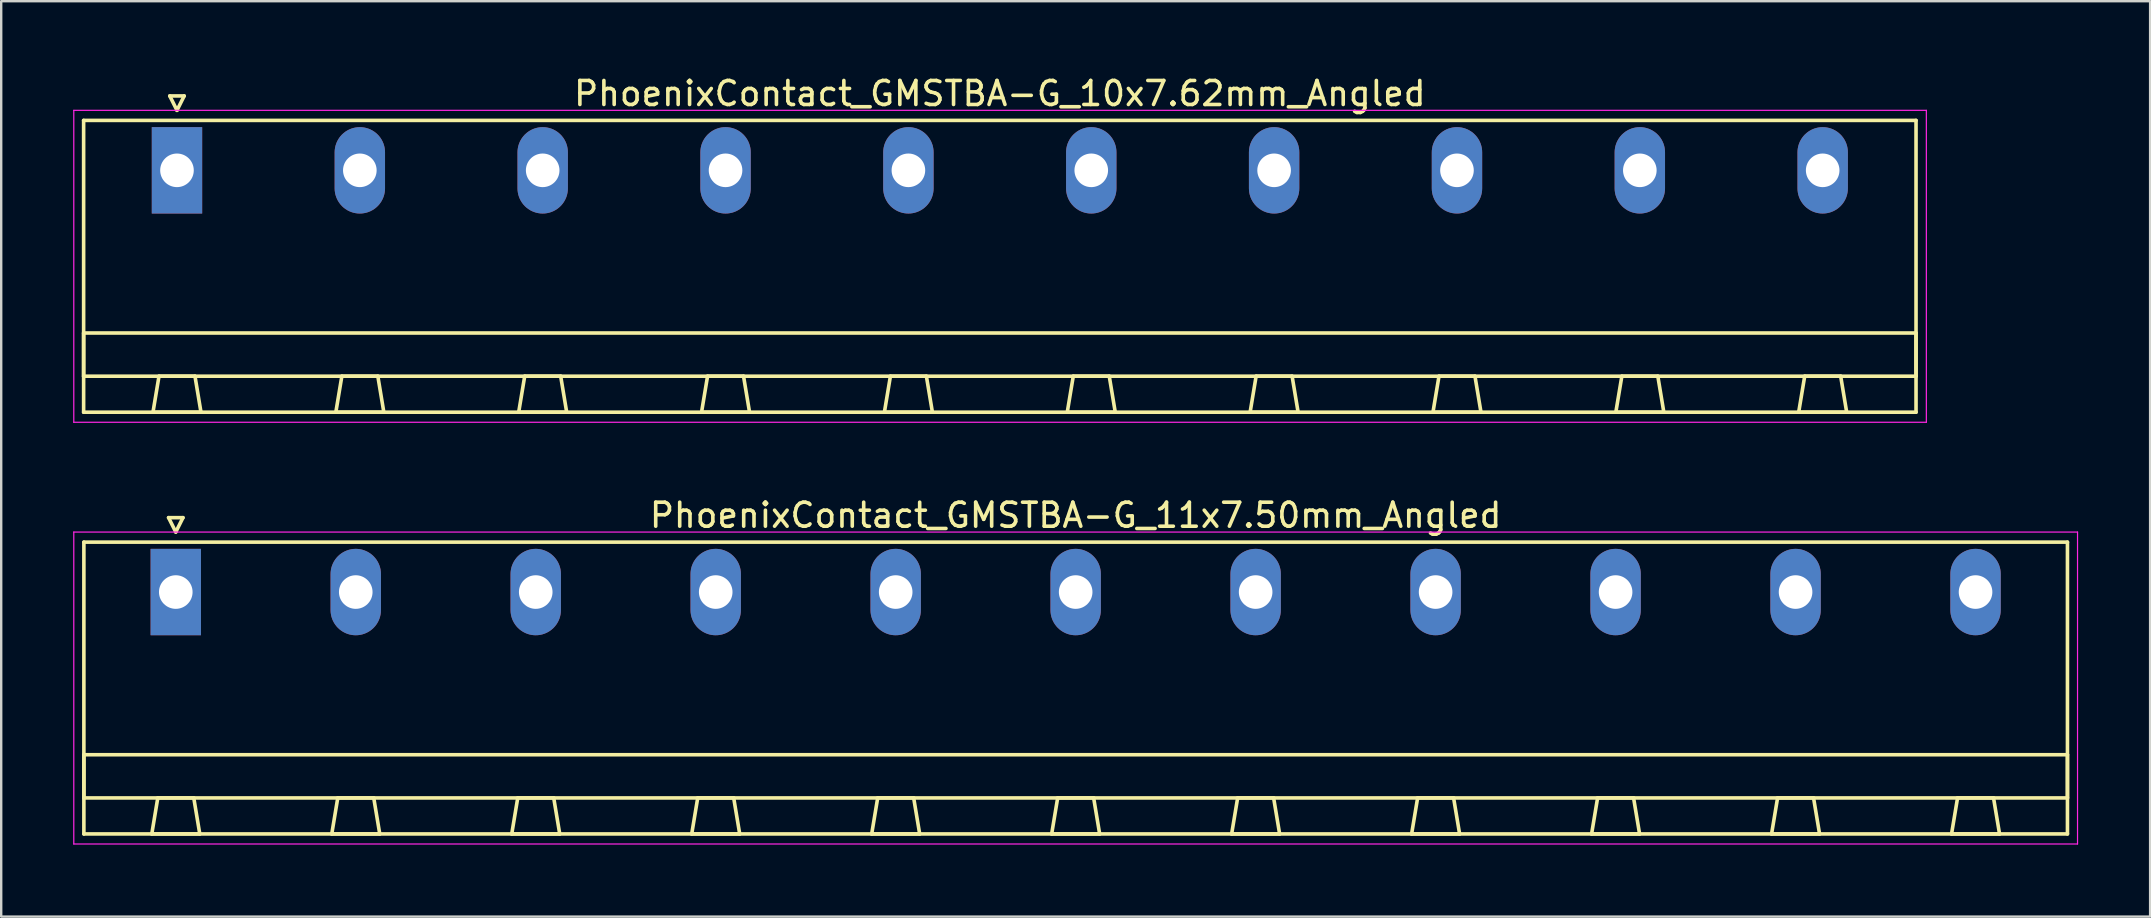
<source format=kicad_pcb>
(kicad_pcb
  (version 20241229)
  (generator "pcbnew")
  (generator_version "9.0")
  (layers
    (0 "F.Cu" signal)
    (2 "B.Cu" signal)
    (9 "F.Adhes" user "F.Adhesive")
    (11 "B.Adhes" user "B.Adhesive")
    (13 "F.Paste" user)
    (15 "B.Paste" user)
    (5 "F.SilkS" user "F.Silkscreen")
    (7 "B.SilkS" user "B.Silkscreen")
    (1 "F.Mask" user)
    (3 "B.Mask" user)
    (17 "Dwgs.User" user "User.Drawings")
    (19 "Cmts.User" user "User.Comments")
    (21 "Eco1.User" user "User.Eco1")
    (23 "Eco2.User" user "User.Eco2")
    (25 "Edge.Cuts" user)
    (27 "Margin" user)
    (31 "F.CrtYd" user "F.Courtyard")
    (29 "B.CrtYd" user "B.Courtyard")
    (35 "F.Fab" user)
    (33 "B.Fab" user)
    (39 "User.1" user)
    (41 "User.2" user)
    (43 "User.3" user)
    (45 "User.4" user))
  (footprint "PhoenixContact_GMSTBA-G_11x7.50mm_Angled"
    (layer "F.Cu")
    (at 4.275 21.622)
    (property "Reference" "PhoenixContact_GMSTBA-G_11x7.50mm_Angled" (at 37.5 -3.2 0) (layer "F.SilkS") (effects (font (size 1 1) (thickness 0.15))))
    (attr through_hole)
    (fp_line (start -3.83 -2.08) (end -3.83 10.08) (stroke (width 0.15) (type solid)) (layer "F.SilkS"))
    (fp_line (start -3.83 6.78) (end 78.83 6.78) (stroke (width 0.15) (type solid)) (layer "F.SilkS"))
    (fp_line (start -3.83 8.58) (end -3.83 6.78) (stroke (width 0.15) (type solid)) (layer "F.SilkS"))
    (fp_line (start -3.83 10.08) (end 78.83 10.08) (stroke (width 0.15) (type solid)) (layer "F.SilkS"))
    (fp_line (start -1 10.08) (end 1 10.08) (stroke (width 0.15) (type solid)) (layer "F.SilkS"))
    (fp_line (start -0.75 8.58) (end -1 10.08) (stroke (width 0.15) (type solid)) (layer "F.SilkS"))
    (fp_line (start -0.3 -3.1) (end 0 -2.5) (stroke (width 0.15) (type solid)) (layer "F.SilkS"))
    (fp_line (start 0 -2.5) (end 0.3 -3.1) (stroke (width 0.15) (type solid)) (layer "F.SilkS"))
    (fp_line (start 0.3 -3.1) (end -0.3 -3.1) (stroke (width 0.15) (type solid)) (layer "F.SilkS"))
    (fp_line (start 0.75 8.58) (end -0.75 8.58) (stroke (width 0.15) (type solid)) (layer "F.SilkS"))
    (fp_line (start 1 10.08) (end 0.75 8.58) (stroke (width 0.15) (type solid)) (layer "F.SilkS"))
    (fp_line (start 6.5 10.08) (end 8.5 10.08) (stroke (width 0.15) (type solid)) (layer "F.SilkS"))
    (fp_line (start 6.75 8.58) (end 6.5 10.08) (stroke (width 0.15) (type solid)) (layer "F.SilkS"))
    (fp_line (start 8.25 8.58) (end 6.75 8.58) (stroke (width 0.15) (type solid)) (layer "F.SilkS"))
    (fp_line (start 8.5 10.08) (end 8.25 8.58) (stroke (width 0.15) (type solid)) (layer "F.SilkS"))
    (fp_line (start 14 10.08) (end 16 10.08) (stroke (width 0.15) (type solid)) (layer "F.SilkS"))
    (fp_line (start 14.25 8.58) (end 14 10.08) (stroke (width 0.15) (type solid)) (layer "F.SilkS"))
    (fp_line (start 15.75 8.58) (end 14.25 8.58) (stroke (width 0.15) (type solid)) (layer "F.SilkS"))
    (fp_line (start 16 10.08) (end 15.75 8.58) (stroke (width 0.15) (type solid)) (layer "F.SilkS"))
    (fp_line (start 21.5 10.08) (end 23.5 10.08) (stroke (width 0.15) (type solid)) (layer "F.SilkS"))
    (fp_line (start 21.75 8.58) (end 21.5 10.08) (stroke (width 0.15) (type solid)) (layer "F.SilkS"))
    (fp_line (start 23.25 8.58) (end 21.75 8.58) (stroke (width 0.15) (type solid)) (layer "F.SilkS"))
    (fp_line (start 23.5 10.08) (end 23.25 8.58) (stroke (width 0.15) (type solid)) (layer "F.SilkS"))
    (fp_line (start 29 10.08) (end 31 10.08) (stroke (width 0.15) (type solid)) (layer "F.SilkS"))
    (fp_line (start 29.25 8.58) (end 29 10.08) (stroke (width 0.15) (type solid)) (layer "F.SilkS"))
    (fp_line (start 30.75 8.58) (end 29.25 8.58) (stroke (width 0.15) (type solid)) (layer "F.SilkS"))
    (fp_line (start 31 10.08) (end 30.75 8.58) (stroke (width 0.15) (type solid)) (layer "F.SilkS"))
    (fp_line (start 36.5 10.08) (end 38.5 10.08) (stroke (width 0.15) (type solid)) (layer "F.SilkS"))
    (fp_line (start 36.75 8.58) (end 36.5 10.08) (stroke (width 0.15) (type solid)) (layer "F.SilkS"))
    (fp_line (start 38.25 8.58) (end 36.75 8.58) (stroke (width 0.15) (type solid)) (layer "F.SilkS"))
    (fp_line (start 38.5 10.08) (end 38.25 8.58) (stroke (width 0.15) (type solid)) (layer "F.SilkS"))
    (fp_line (start 44 10.08) (end 46 10.08) (stroke (width 0.15) (type solid)) (layer "F.SilkS"))
    (fp_line (start 44.25 8.58) (end 44 10.08) (stroke (width 0.15) (type solid)) (layer "F.SilkS"))
    (fp_line (start 45.75 8.58) (end 44.25 8.58) (stroke (width 0.15) (type solid)) (layer "F.SilkS"))
    (fp_line (start 46 10.08) (end 45.75 8.58) (stroke (width 0.15) (type solid)) (layer "F.SilkS"))
    (fp_line (start 51.5 10.08) (end 53.5 10.08) (stroke (width 0.15) (type solid)) (layer "F.SilkS"))
    (fp_line (start 51.75 8.58) (end 51.5 10.08) (stroke (width 0.15) (type solid)) (layer "F.SilkS"))
    (fp_line (start 53.25 8.58) (end 51.75 8.58) (stroke (width 0.15) (type solid)) (layer "F.SilkS"))
    (fp_line (start 53.5 10.08) (end 53.25 8.58) (stroke (width 0.15) (type solid)) (layer "F.SilkS"))
    (fp_line (start 59 10.08) (end 61 10.08) (stroke (width 0.15) (type solid)) (layer "F.SilkS"))
    (fp_line (start 59.25 8.58) (end 59 10.08) (stroke (width 0.15) (type solid)) (layer "F.SilkS"))
    (fp_line (start 60.75 8.58) (end 59.25 8.58) (stroke (width 0.15) (type solid)) (layer "F.SilkS"))
    (fp_line (start 61 10.08) (end 60.75 8.58) (stroke (width 0.15) (type solid)) (layer "F.SilkS"))
    (fp_line (start 66.5 10.08) (end 68.5 10.08) (stroke (width 0.15) (type solid)) (layer "F.SilkS"))
    (fp_line (start 66.75 8.58) (end 66.5 10.08) (stroke (width 0.15) (type solid)) (layer "F.SilkS"))
    (fp_line (start 68.25 8.58) (end 66.75 8.58) (stroke (width 0.15) (type solid)) (layer "F.SilkS"))
    (fp_line (start 68.5 10.08) (end 68.25 8.58) (stroke (width 0.15) (type solid)) (layer "F.SilkS"))
    (fp_line (start 74 10.08) (end 76 10.08) (stroke (width 0.15) (type solid)) (layer "F.SilkS"))
    (fp_line (start 74.25 8.58) (end 74 10.08) (stroke (width 0.15) (type solid)) (layer "F.SilkS"))
    (fp_line (start 75.75 8.58) (end 74.25 8.58) (stroke (width 0.15) (type solid)) (layer "F.SilkS"))
    (fp_line (start 76 10.08) (end 75.75 8.58) (stroke (width 0.15) (type solid)) (layer "F.SilkS"))
    (fp_line (start 78.83 -2.08) (end -3.83 -2.08) (stroke (width 0.15) (type solid)) (layer "F.SilkS"))
    (fp_line (start 78.83 6.78) (end 78.83 8.58) (stroke (width 0.15) (type solid)) (layer "F.SilkS"))
    (fp_line (start 78.83 8.58) (end -3.83 8.58) (stroke (width 0.15) (type solid)) (layer "F.SilkS"))
    (fp_line (start 78.83 10.08) (end 78.83 -2.08) (stroke (width 0.15) (type solid)) (layer "F.SilkS"))
    (fp_line (start -4.25 -2.5) (end -4.25 10.5) (stroke (width 0.05) (type solid)) (layer "F.CrtYd"))
    (fp_line (start -4.25 10.5) (end 79.25 10.5) (stroke (width 0.05) (type solid)) (layer "F.CrtYd"))
    (fp_line (start 79.25 -2.5) (end -4.25 -2.5) (stroke (width 0.05) (type solid)) (layer "F.CrtYd"))
    (fp_line (start 79.25 10.5) (end 79.25 -2.5) (stroke (width 0.05) (type solid)) (layer "F.CrtYd"))
    (pad "1" thru_hole rect (at 0 0) (size 2.1 3.6) (drill 1.4) (layers "*.Cu" "*.Mask"))
    (pad "2" thru_hole oval (at 7.5 0) (size 2.1 3.6) (drill 1.4) (layers "*.Cu" "*.Mask"))
    (pad "3" thru_hole oval (at 15 0) (size 2.1 3.6) (drill 1.4) (layers "*.Cu" "*.Mask"))
    (pad "4" thru_hole oval (at 22.5 0) (size 2.1 3.6) (drill 1.4) (layers "*.Cu" "*.Mask"))
    (pad "5" thru_hole oval (at 30 0) (size 2.1 3.6) (drill 1.4) (layers "*.Cu" "*.Mask"))
    (pad "6" thru_hole oval (at 37.5 0) (size 2.1 3.6) (drill 1.4) (layers "*.Cu" "*.Mask"))
    (pad "7" thru_hole oval (at 45 0) (size 2.1 3.6) (drill 1.4) (layers "*.Cu" "*.Mask"))
    (pad "8" thru_hole oval (at 52.5 0) (size 2.1 3.6) (drill 1.4) (layers "*.Cu" "*.Mask"))
    (pad "9" thru_hole oval (at 60 0) (size 2.1 3.6) (drill 1.4) (layers "*.Cu" "*.Mask"))
    (pad "10" thru_hole oval (at 67.5 0) (size 2.1 3.6) (drill 1.4) (layers "*.Cu" "*.Mask"))
    (pad "11" thru_hole oval (at 75 0) (size 2.1 3.6) (drill 1.4) (layers "*.Cu" "*.Mask")))
  (footprint "PhoenixContact_GMSTBA-G_10x7.62mm_Angled"
    (layer "F.Cu")
    (at 4.325 4.048)
    (property "Reference" "PhoenixContact_GMSTBA-G_10x7.62mm_Angled" (at 34.29 -3.2 0) (layer "F.SilkS") (effects (font (size 1 1) (thickness 0.15))))
    (attr through_hole)
    (fp_line (start -3.89 -2.08) (end -3.89 10.08) (stroke (width 0.15) (type solid)) (layer "F.SilkS"))
    (fp_line (start -3.89 6.78) (end 72.47 6.78) (stroke (width 0.15) (type solid)) (layer "F.SilkS"))
    (fp_line (start -3.89 8.58) (end -3.89 6.78) (stroke (width 0.15) (type solid)) (layer "F.SilkS"))
    (fp_line (start -3.89 10.08) (end 72.47 10.08) (stroke (width 0.15) (type solid)) (layer "F.SilkS"))
    (fp_line (start -1 10.08) (end 1 10.08) (stroke (width 0.15) (type solid)) (layer "F.SilkS"))
    (fp_line (start -0.75 8.58) (end -1 10.08) (stroke (width 0.15) (type solid)) (layer "F.SilkS"))
    (fp_line (start -0.3 -3.1) (end 0 -2.5) (stroke (width 0.15) (type solid)) (layer "F.SilkS"))
    (fp_line (start 0 -2.5) (end 0.3 -3.1) (stroke (width 0.15) (type solid)) (layer "F.SilkS"))
    (fp_line (start 0.3 -3.1) (end -0.3 -3.1) (stroke (width 0.15) (type solid)) (layer "F.SilkS"))
    (fp_line (start 0.75 8.58) (end -0.75 8.58) (stroke (width 0.15) (type solid)) (layer "F.SilkS"))
    (fp_line (start 1 10.08) (end 0.75 8.58) (stroke (width 0.15) (type solid)) (layer "F.SilkS"))
    (fp_line (start 6.62 10.08) (end 8.62 10.08) (stroke (width 0.15) (type solid)) (layer "F.SilkS"))
    (fp_line (start 6.87 8.58) (end 6.62 10.08) (stroke (width 0.15) (type solid)) (layer "F.SilkS"))
    (fp_line (start 8.37 8.58) (end 6.87 8.58) (stroke (width 0.15) (type solid)) (layer "F.SilkS"))
    (fp_line (start 8.62 10.08) (end 8.37 8.58) (stroke (width 0.15) (type solid)) (layer "F.SilkS"))
    (fp_line (start 14.24 10.08) (end 16.24 10.08) (stroke (width 0.15) (type solid)) (layer "F.SilkS"))
    (fp_line (start 14.49 8.58) (end 14.24 10.08) (stroke (width 0.15) (type solid)) (layer "F.SilkS"))
    (fp_line (start 15.99 8.58) (end 14.49 8.58) (stroke (width 0.15) (type solid)) (layer "F.SilkS"))
    (fp_line (start 16.24 10.08) (end 15.99 8.58) (stroke (width 0.15) (type solid)) (layer "F.SilkS"))
    (fp_line (start 21.86 10.08) (end 23.86 10.08) (stroke (width 0.15) (type solid)) (layer "F.SilkS"))
    (fp_line (start 22.11 8.58) (end 21.86 10.08) (stroke (width 0.15) (type solid)) (layer "F.SilkS"))
    (fp_line (start 23.61 8.58) (end 22.11 8.58) (stroke (width 0.15) (type solid)) (layer "F.SilkS"))
    (fp_line (start 23.86 10.08) (end 23.61 8.58) (stroke (width 0.15) (type solid)) (layer "F.SilkS"))
    (fp_line (start 29.48 10.08) (end 31.48 10.08) (stroke (width 0.15) (type solid)) (layer "F.SilkS"))
    (fp_line (start 29.73 8.58) (end 29.48 10.08) (stroke (width 0.15) (type solid)) (layer "F.SilkS"))
    (fp_line (start 31.23 8.58) (end 29.73 8.58) (stroke (width 0.15) (type solid)) (layer "F.SilkS"))
    (fp_line (start 31.48 10.08) (end 31.23 8.58) (stroke (width 0.15) (type solid)) (layer "F.SilkS"))
    (fp_line (start 37.1 10.08) (end 39.1 10.08) (stroke (width 0.15) (type solid)) (layer "F.SilkS"))
    (fp_line (start 37.35 8.58) (end 37.1 10.08) (stroke (width 0.15) (type solid)) (layer "F.SilkS"))
    (fp_line (start 38.85 8.58) (end 37.35 8.58) (stroke (width 0.15) (type solid)) (layer "F.SilkS"))
    (fp_line (start 39.1 10.08) (end 38.85 8.58) (stroke (width 0.15) (type solid)) (layer "F.SilkS"))
    (fp_line (start 44.72 10.08) (end 46.72 10.08) (stroke (width 0.15) (type solid)) (layer "F.SilkS"))
    (fp_line (start 44.97 8.58) (end 44.72 10.08) (stroke (width 0.15) (type solid)) (layer "F.SilkS"))
    (fp_line (start 46.47 8.58) (end 44.97 8.58) (stroke (width 0.15) (type solid)) (layer "F.SilkS"))
    (fp_line (start 46.72 10.08) (end 46.47 8.58) (stroke (width 0.15) (type solid)) (layer "F.SilkS"))
    (fp_line (start 52.34 10.08) (end 54.34 10.08) (stroke (width 0.15) (type solid)) (layer "F.SilkS"))
    (fp_line (start 52.59 8.58) (end 52.34 10.08) (stroke (width 0.15) (type solid)) (layer "F.SilkS"))
    (fp_line (start 54.09 8.58) (end 52.59 8.58) (stroke (width 0.15) (type solid)) (layer "F.SilkS"))
    (fp_line (start 54.34 10.08) (end 54.09 8.58) (stroke (width 0.15) (type solid)) (layer "F.SilkS"))
    (fp_line (start 59.96 10.08) (end 61.96 10.08) (stroke (width 0.15) (type solid)) (layer "F.SilkS"))
    (fp_line (start 60.21 8.58) (end 59.96 10.08) (stroke (width 0.15) (type solid)) (layer "F.SilkS"))
    (fp_line (start 61.71 8.58) (end 60.21 8.58) (stroke (width 0.15) (type solid)) (layer "F.SilkS"))
    (fp_line (start 61.96 10.08) (end 61.71 8.58) (stroke (width 0.15) (type solid)) (layer "F.SilkS"))
    (fp_line (start 67.58 10.08) (end 69.58 10.08) (stroke (width 0.15) (type solid)) (layer "F.SilkS"))
    (fp_line (start 67.83 8.58) (end 67.58 10.08) (stroke (width 0.15) (type solid)) (layer "F.SilkS"))
    (fp_line (start 69.33 8.58) (end 67.83 8.58) (stroke (width 0.15) (type solid)) (layer "F.SilkS"))
    (fp_line (start 69.58 10.08) (end 69.33 8.58) (stroke (width 0.15) (type solid)) (layer "F.SilkS"))
    (fp_line (start 72.47 -2.08) (end -3.89 -2.08) (stroke (width 0.15) (type solid)) (layer "F.SilkS"))
    (fp_line (start 72.47 6.78) (end 72.47 8.58) (stroke (width 0.15) (type solid)) (layer "F.SilkS"))
    (fp_line (start 72.47 8.58) (end -3.89 8.58) (stroke (width 0.15) (type solid)) (layer "F.SilkS"))
    (fp_line (start 72.47 10.08) (end 72.47 -2.08) (stroke (width 0.15) (type solid)) (layer "F.SilkS"))
    (fp_line (start -4.3 -2.5) (end -4.3 10.5) (stroke (width 0.05) (type solid)) (layer "F.CrtYd"))
    (fp_line (start -4.3 10.5) (end 72.9 10.5) (stroke (width 0.05) (type solid)) (layer "F.CrtYd"))
    (fp_line (start 72.9 -2.5) (end -4.3 -2.5) (stroke (width 0.05) (type solid)) (layer "F.CrtYd"))
    (fp_line (start 72.9 10.5) (end 72.9 -2.5) (stroke (width 0.05) (type solid)) (layer "F.CrtYd"))
    (pad "1" thru_hole rect (at 0 0) (size 2.1 3.6) (drill 1.4) (layers "*.Cu" "*.Mask"))
    (pad "2" thru_hole oval (at 7.62 0) (size 2.1 3.6) (drill 1.4) (layers "*.Cu" "*.Mask"))
    (pad "3" thru_hole oval (at 15.24 0) (size 2.1 3.6) (drill 1.4) (layers "*.Cu" "*.Mask"))
    (pad "4" thru_hole oval (at 22.86 0) (size 2.1 3.6) (drill 1.4) (layers "*.Cu" "*.Mask"))
    (pad "5" thru_hole oval (at 30.48 0) (size 2.1 3.6) (drill 1.4) (layers "*.Cu" "*.Mask"))
    (pad "6" thru_hole oval (at 38.1 0) (size 2.1 3.6) (drill 1.4) (layers "*.Cu" "*.Mask"))
    (pad "7" thru_hole oval (at 45.72 0) (size 2.1 3.6) (drill 1.4) (layers "*.Cu" "*.Mask"))
    (pad "8" thru_hole oval (at 53.34 0) (size 2.1 3.6) (drill 1.4) (layers "*.Cu" "*.Mask"))
    (pad "9" thru_hole oval (at 60.96 0) (size 2.1 3.6) (drill 1.4) (layers "*.Cu" "*.Mask"))
    (pad "10" thru_hole oval (at 68.58 0) (size 2.1 3.6) (drill 1.4) (layers "*.Cu" "*.Mask")))
  (gr_rect
    (start -3 -3)
    (end 86.55 35.147)
    (stroke (width 0.1) (type default))
    (fill no)
    (layer "Edge.Cuts")))
</source>
